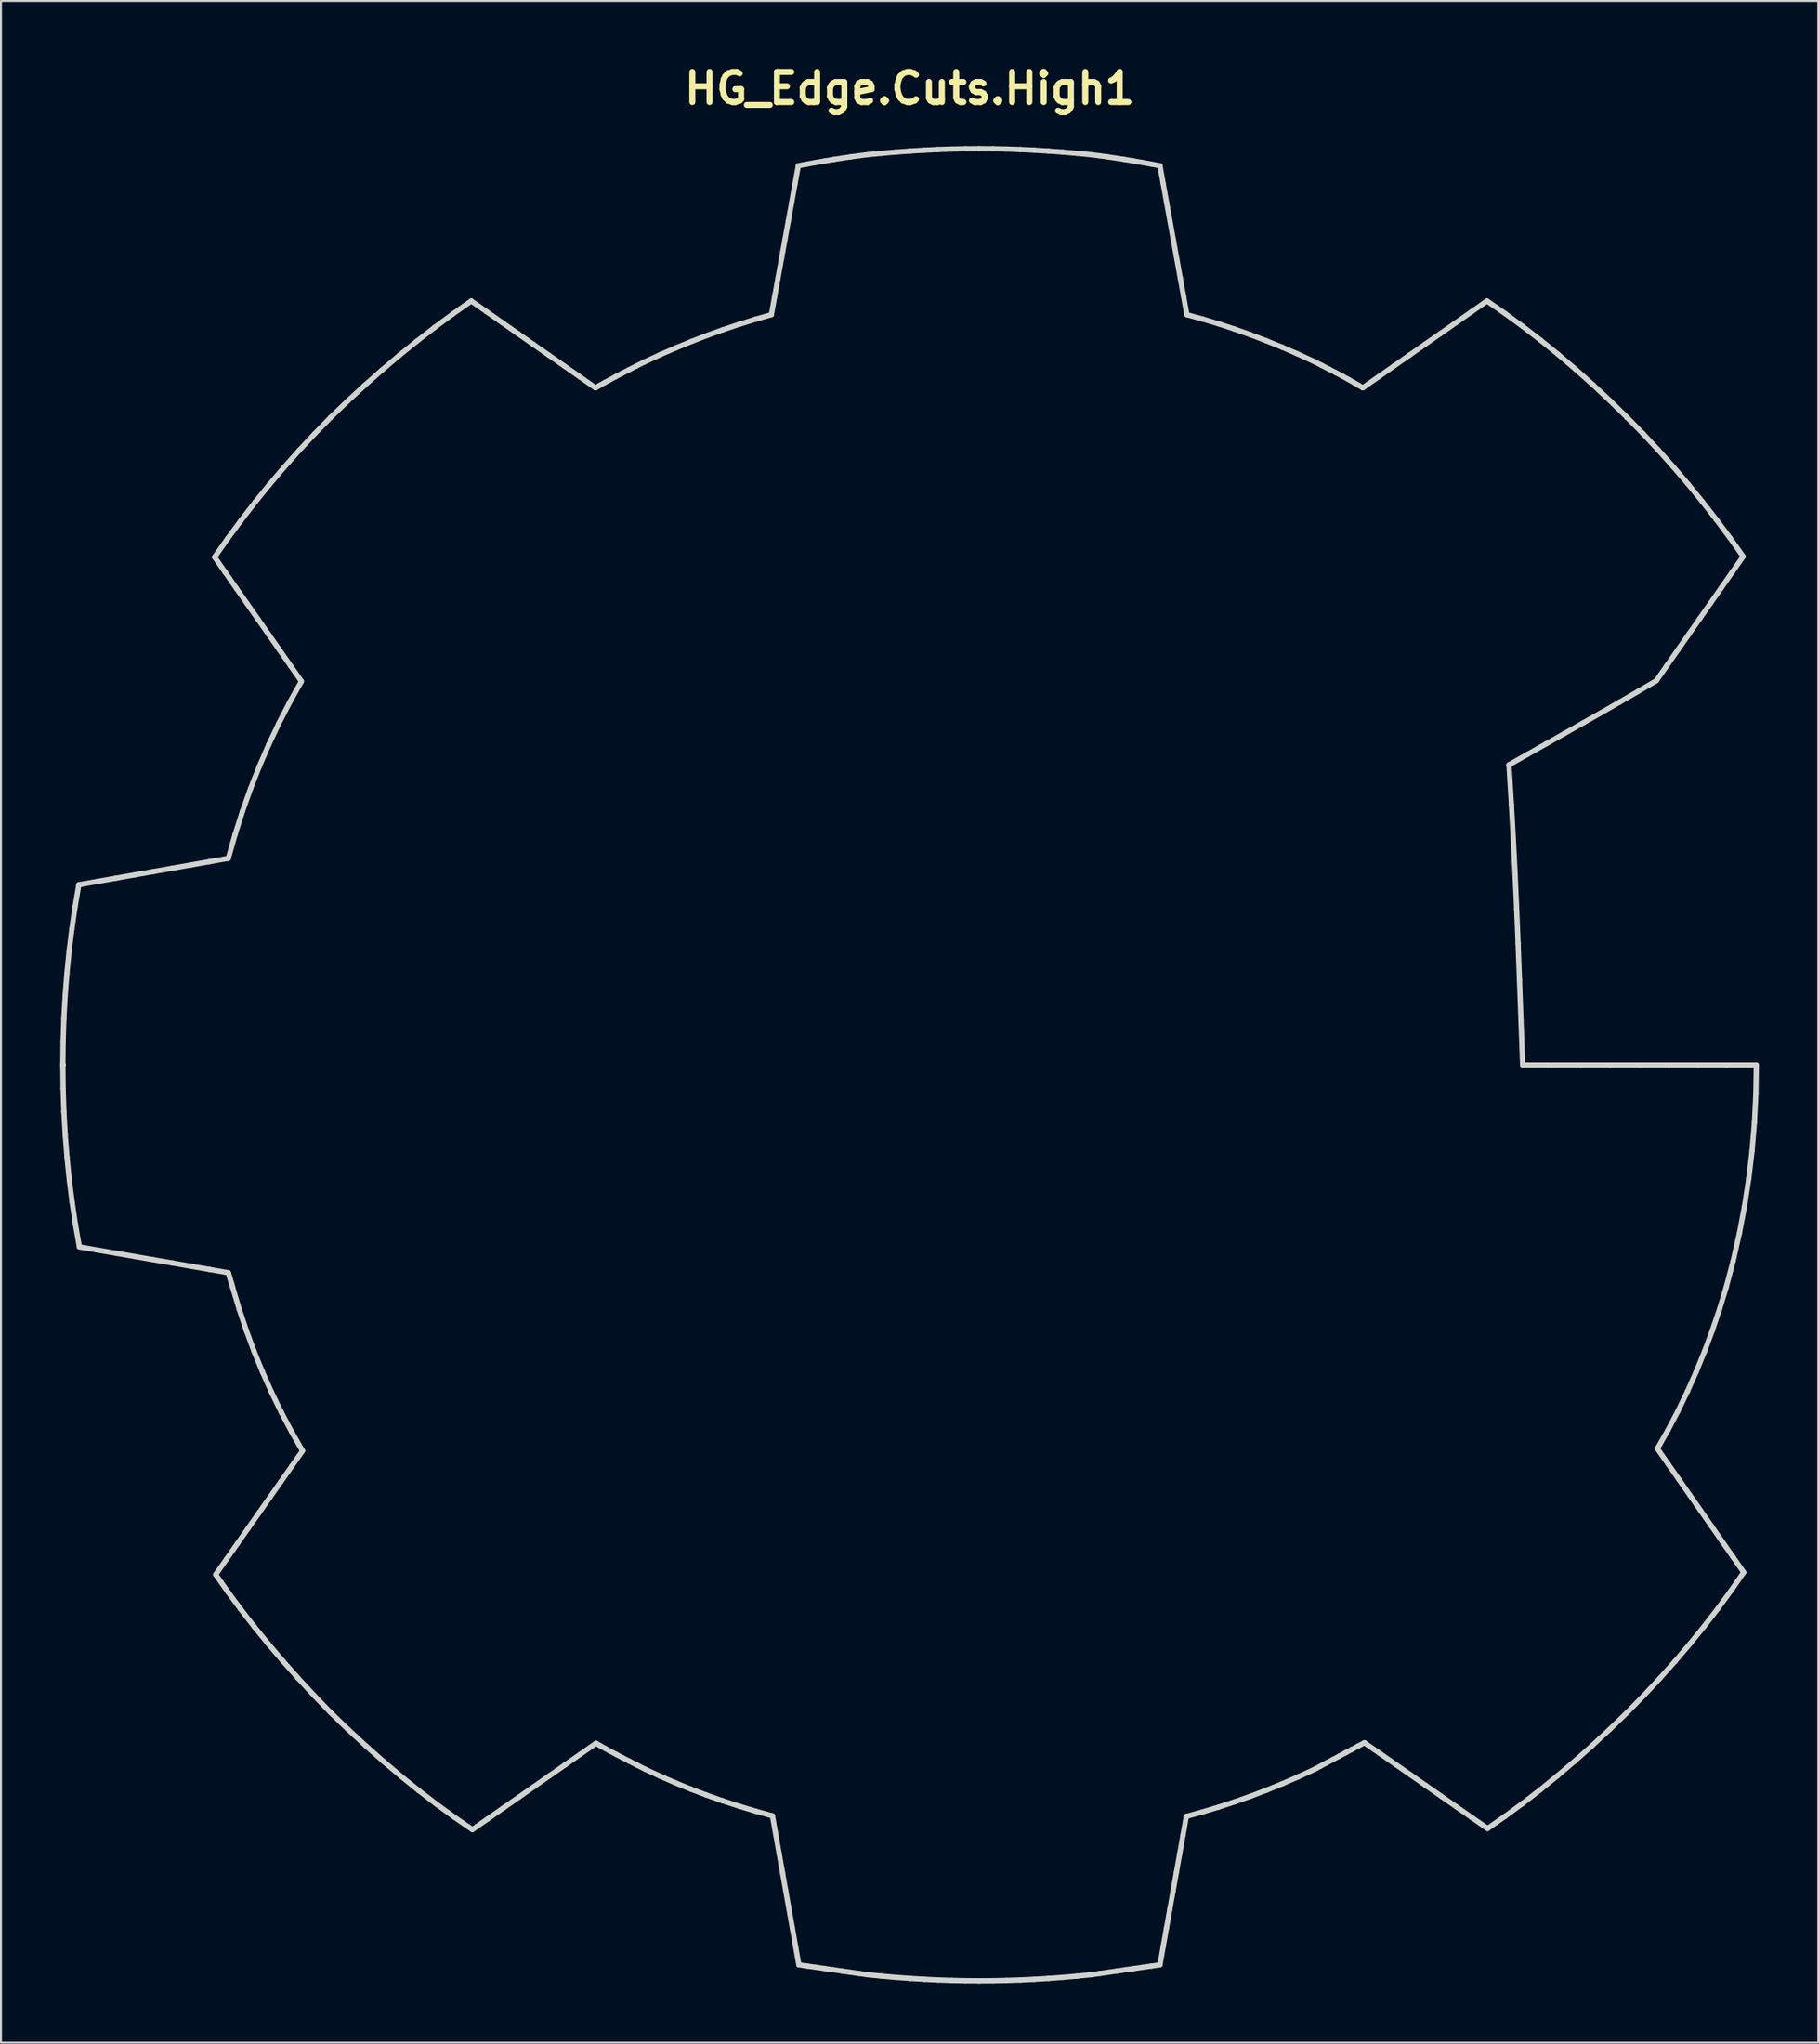
<source format=kicad_pcb>
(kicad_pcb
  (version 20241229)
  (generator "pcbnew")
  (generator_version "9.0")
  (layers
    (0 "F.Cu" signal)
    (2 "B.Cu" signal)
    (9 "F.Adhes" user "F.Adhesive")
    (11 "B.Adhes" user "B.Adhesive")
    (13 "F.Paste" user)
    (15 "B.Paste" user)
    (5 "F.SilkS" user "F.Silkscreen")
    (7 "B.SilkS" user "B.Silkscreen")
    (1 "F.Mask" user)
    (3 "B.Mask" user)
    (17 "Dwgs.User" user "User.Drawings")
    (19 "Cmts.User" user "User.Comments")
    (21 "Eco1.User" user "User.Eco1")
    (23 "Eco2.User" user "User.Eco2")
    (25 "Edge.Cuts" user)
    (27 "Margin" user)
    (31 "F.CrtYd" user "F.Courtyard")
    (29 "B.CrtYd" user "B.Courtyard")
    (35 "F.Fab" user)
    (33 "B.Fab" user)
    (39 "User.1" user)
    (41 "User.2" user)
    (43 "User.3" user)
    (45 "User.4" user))
  (footprint "HG_Edge.Cuts.High1"
    (layer "F.Cu")
    (at 42.98 50.825)
    (property "Reference" "HG_Edge.Cuts.High1" (at 0 -49.399 0) (layer "F.SilkS") (effects (font (size 1.524 1.524) (thickness 0.305))))
    (attr smd)
    (fp_line (start -42.848 -0.012) (end -42.835 -1.17) (stroke (width 0.265) (type solid)) (layer "Edge.Cuts"))
    (fp_line (start -42.848 -0.009) (end -42.848 -0.012) (stroke (width 0.265) (type solid)) (layer "Edge.Cuts"))
    (fp_line (start -42.848 -0.006) (end -42.848 -0.009) (stroke (width 0.265) (type solid)) (layer "Edge.Cuts"))
    (fp_line (start -42.848 -0.003) (end -42.848 -0.006) (stroke (width 0.265) (type solid)) (layer "Edge.Cuts"))
    (fp_line (start -42.848 -0.000095) (end -42.848 -0.003) (stroke (width 0.265) (type solid)) (layer "Edge.Cuts"))
    (fp_line (start -42.848 0.003) (end -42.848 -0.000095) (stroke (width 0.265) (type solid)) (layer "Edge.Cuts"))
    (fp_line (start -42.848 0.006) (end -42.848 0.003) (stroke (width 0.265) (type solid)) (layer "Edge.Cuts"))
    (fp_line (start -42.848 0.009) (end -42.848 0.006) (stroke (width 0.265) (type solid)) (layer "Edge.Cuts"))
    (fp_line (start -42.848 0.012) (end -42.848 0.009) (stroke (width 0.265) (type solid)) (layer "Edge.Cuts"))
    (fp_line (start -42.835 -1.17) (end -42.797 -2.323) (stroke (width 0.265) (type solid)) (layer "Edge.Cuts"))
    (fp_line (start -42.835 1.196) (end -42.848 0.012) (stroke (width 0.265) (type solid)) (layer "Edge.Cuts"))
    (fp_line (start -42.797 -2.323) (end -42.734 -3.469) (stroke (width 0.265) (type solid)) (layer "Edge.Cuts"))
    (fp_line (start -42.796 2.371) (end -42.835 1.196) (stroke (width 0.265) (type solid)) (layer "Edge.Cuts"))
    (fp_line (start -42.734 -3.469) (end -42.646 -4.609) (stroke (width 0.265) (type solid)) (layer "Edge.Cuts"))
    (fp_line (start -42.73 3.536) (end -42.796 2.371) (stroke (width 0.265) (type solid)) (layer "Edge.Cuts"))
    (fp_line (start -42.646 -4.609) (end -42.533 -5.742) (stroke (width 0.265) (type solid)) (layer "Edge.Cuts"))
    (fp_line (start -42.639 4.692) (end -42.73 3.536) (stroke (width 0.265) (type solid)) (layer "Edge.Cuts"))
    (fp_line (start -42.533 -5.742) (end -42.394 -6.87) (stroke (width 0.265) (type solid)) (layer "Edge.Cuts"))
    (fp_line (start -42.522 5.838) (end -42.639 4.692) (stroke (width 0.265) (type solid)) (layer "Edge.Cuts"))
    (fp_line (start -42.394 -6.87) (end -42.23 -7.992) (stroke (width 0.265) (type solid)) (layer "Edge.Cuts"))
    (fp_line (start -42.378 6.974) (end -42.522 5.838) (stroke (width 0.265) (type solid)) (layer "Edge.Cuts"))
    (fp_line (start -42.23 -7.992) (end -42.041 -9.107) (stroke (width 0.265) (type solid)) (layer "Edge.Cuts"))
    (fp_line (start -42.209 8.101) (end -42.378 6.974) (stroke (width 0.265) (type solid)) (layer "Edge.Cuts"))
    (fp_line (start -42.041 -9.107) (end -41.096 -9.274) (stroke (width 0.265) (type solid)) (layer "Edge.Cuts"))
    (fp_line (start -42.013 9.218) (end -42.209 8.101) (stroke (width 0.265) (type solid)) (layer "Edge.Cuts"))
    (fp_line (start -41.096 -9.274) (end -40.15 -9.441) (stroke (width 0.265) (type solid)) (layer "Edge.Cuts"))
    (fp_line (start -41.071 9.382) (end -42.013 9.218) (stroke (width 0.265) (type solid)) (layer "Edge.Cuts"))
    (fp_line (start -40.15 -9.441) (end -39.204 -9.608) (stroke (width 0.265) (type solid)) (layer "Edge.Cuts"))
    (fp_line (start -40.129 9.545) (end -41.071 9.382) (stroke (width 0.265) (type solid)) (layer "Edge.Cuts"))
    (fp_line (start -39.204 -9.608) (end -38.258 -9.775) (stroke (width 0.265) (type solid)) (layer "Edge.Cuts"))
    (fp_line (start -39.187 9.709) (end -40.129 9.545) (stroke (width 0.265) (type solid)) (layer "Edge.Cuts"))
    (fp_line (start -38.258 -9.775) (end -37.313 -9.942) (stroke (width 0.265) (type solid)) (layer "Edge.Cuts"))
    (fp_line (start -38.245 9.872) (end -39.187 9.709) (stroke (width 0.265) (type solid)) (layer "Edge.Cuts"))
    (fp_line (start -37.313 -9.942) (end -36.367 -10.109) (stroke (width 0.265) (type solid)) (layer "Edge.Cuts"))
    (fp_line (start -37.302 10.035) (end -38.245 9.872) (stroke (width 0.265) (type solid)) (layer "Edge.Cuts"))
    (fp_line (start -36.367 -10.109) (end -35.421 -10.276) (stroke (width 0.265) (type solid)) (layer "Edge.Cuts"))
    (fp_line (start -36.36 10.199) (end -37.302 10.035) (stroke (width 0.265) (type solid)) (layer "Edge.Cuts"))
    (fp_line (start -35.421 -10.276) (end -34.476 -10.442) (stroke (width 0.265) (type solid)) (layer "Edge.Cuts"))
    (fp_line (start -35.418 10.362) (end -36.36 10.199) (stroke (width 0.265) (type solid)) (layer "Edge.Cuts"))
    (fp_line (start -35.171 -25.685) (end -34.508 -26.629) (stroke (width 0.265) (type solid)) (layer "Edge.Cuts"))
    (fp_line (start -35.115 25.796) (end -34.566 25.014) (stroke (width 0.265) (type solid)) (layer "Edge.Cuts"))
    (fp_line (start -34.622 -24.899) (end -35.171 -25.685) (stroke (width 0.265) (type solid)) (layer "Edge.Cuts"))
    (fp_line (start -34.566 25.014) (end -34.017 24.232) (stroke (width 0.265) (type solid)) (layer "Edge.Cuts"))
    (fp_line (start -34.508 -26.629) (end -33.824 -27.555) (stroke (width 0.265) (type solid)) (layer "Edge.Cuts"))
    (fp_line (start -34.495 26.678) (end -35.115 25.796) (stroke (width 0.265) (type solid)) (layer "Edge.Cuts"))
    (fp_line (start -34.476 -10.442) (end -34.138 -11.635) (stroke (width 0.265) (type solid)) (layer "Edge.Cuts"))
    (fp_line (start -34.476 10.526) (end -35.418 10.362) (stroke (width 0.265) (type solid)) (layer "Edge.Cuts"))
    (fp_line (start -34.448 10.62) (end -34.476 10.526) (stroke (width 0.265) (type solid)) (layer "Edge.Cuts"))
    (fp_line (start -34.42 10.713) (end -34.448 10.62) (stroke (width 0.265) (type solid)) (layer "Edge.Cuts"))
    (fp_line (start -34.392 10.807) (end -34.42 10.713) (stroke (width 0.265) (type solid)) (layer "Edge.Cuts"))
    (fp_line (start -34.365 10.901) (end -34.392 10.807) (stroke (width 0.265) (type solid)) (layer "Edge.Cuts"))
    (fp_line (start -34.337 10.995) (end -34.365 10.901) (stroke (width 0.265) (type solid)) (layer "Edge.Cuts"))
    (fp_line (start -34.309 11.089) (end -34.337 10.995) (stroke (width 0.265) (type solid)) (layer "Edge.Cuts"))
    (fp_line (start -34.281 11.183) (end -34.309 11.089) (stroke (width 0.265) (type solid)) (layer "Edge.Cuts"))
    (fp_line (start -34.253 11.277) (end -34.281 11.183) (stroke (width 0.265) (type solid)) (layer "Edge.Cuts"))
    (fp_line (start -34.138 -11.635) (end -33.765 -12.807) (stroke (width 0.265) (type solid)) (layer "Edge.Cuts"))
    (fp_line (start -34.072 -24.113) (end -34.622 -24.899) (stroke (width 0.265) (type solid)) (layer "Edge.Cuts"))
    (fp_line (start -34.017 24.232) (end -33.468 23.45) (stroke (width 0.265) (type solid)) (layer "Edge.Cuts"))
    (fp_line (start -33.924 12.373) (end -34.253 11.277) (stroke (width 0.265) (type solid)) (layer "Edge.Cuts"))
    (fp_line (start -33.845 27.558) (end -34.495 26.678) (stroke (width 0.265) (type solid)) (layer "Edge.Cuts"))
    (fp_line (start -33.824 -27.555) (end -33.12 -28.464) (stroke (width 0.265) (type solid)) (layer "Edge.Cuts"))
    (fp_line (start -33.765 -12.807) (end -33.356 -13.957) (stroke (width 0.265) (type solid)) (layer "Edge.Cuts"))
    (fp_line (start -33.563 13.452) (end -33.924 12.373) (stroke (width 0.265) (type solid)) (layer "Edge.Cuts"))
    (fp_line (start -33.523 -23.327) (end -34.072 -24.113) (stroke (width 0.265) (type solid)) (layer "Edge.Cuts"))
    (fp_line (start -33.468 23.45) (end -32.918 22.667) (stroke (width 0.265) (type solid)) (layer "Edge.Cuts"))
    (fp_line (start -33.356 -13.957) (end -32.911 -15.087) (stroke (width 0.265) (type solid)) (layer "Edge.Cuts"))
    (fp_line (start -33.17 14.512) (end -33.563 13.452) (stroke (width 0.265) (type solid)) (layer "Edge.Cuts"))
    (fp_line (start -33.164 28.434) (end -33.845 27.558) (stroke (width 0.265) (type solid)) (layer "Edge.Cuts"))
    (fp_line (start -33.12 -28.464) (end -32.397 -29.356) (stroke (width 0.265) (type solid)) (layer "Edge.Cuts"))
    (fp_line (start -32.974 -22.542) (end -33.523 -23.327) (stroke (width 0.265) (type solid)) (layer "Edge.Cuts"))
    (fp_line (start -32.918 22.667) (end -32.369 21.885) (stroke (width 0.265) (type solid)) (layer "Edge.Cuts"))
    (fp_line (start -32.911 -15.087) (end -32.431 -16.196) (stroke (width 0.265) (type solid)) (layer "Edge.Cuts"))
    (fp_line (start -32.744 15.553) (end -33.17 14.512) (stroke (width 0.265) (type solid)) (layer "Edge.Cuts"))
    (fp_line (start -32.452 29.308) (end -33.164 28.434) (stroke (width 0.265) (type solid)) (layer "Edge.Cuts"))
    (fp_line (start -32.431 -16.196) (end -31.915 -17.285) (stroke (width 0.265) (type solid)) (layer "Edge.Cuts"))
    (fp_line (start -32.424 -21.756) (end -32.974 -22.542) (stroke (width 0.265) (type solid)) (layer "Edge.Cuts"))
    (fp_line (start -32.397 -29.356) (end -31.653 -30.231) (stroke (width 0.265) (type solid)) (layer "Edge.Cuts"))
    (fp_line (start -32.369 21.885) (end -31.82 21.103) (stroke (width 0.265) (type solid)) (layer "Edge.Cuts"))
    (fp_line (start -32.287 16.577) (end -32.744 15.553) (stroke (width 0.265) (type solid)) (layer "Edge.Cuts"))
    (fp_line (start -31.915 -17.285) (end -31.364 -18.352) (stroke (width 0.265) (type solid)) (layer "Edge.Cuts"))
    (fp_line (start -31.875 -20.97) (end -32.424 -21.756) (stroke (width 0.265) (type solid)) (layer "Edge.Cuts"))
    (fp_line (start -31.82 21.103) (end -31.27 20.321) (stroke (width 0.265) (type solid)) (layer "Edge.Cuts"))
    (fp_line (start -31.797 17.582) (end -32.287 16.577) (stroke (width 0.265) (type solid)) (layer "Edge.Cuts"))
    (fp_line (start -31.71 30.179) (end -32.452 29.308) (stroke (width 0.265) (type solid)) (layer "Edge.Cuts"))
    (fp_line (start -31.653 -30.231) (end -30.889 -31.088) (stroke (width 0.265) (type solid)) (layer "Edge.Cuts"))
    (fp_line (start -31.364 -18.352) (end -30.776 -19.399) (stroke (width 0.265) (type solid)) (layer "Edge.Cuts"))
    (fp_line (start -31.326 -20.184) (end -31.875 -20.97) (stroke (width 0.265) (type solid)) (layer "Edge.Cuts"))
    (fp_line (start -31.275 18.569) (end -31.797 17.582) (stroke (width 0.265) (type solid)) (layer "Edge.Cuts"))
    (fp_line (start -31.27 20.321) (end -30.721 19.538) (stroke (width 0.265) (type solid)) (layer "Edge.Cuts"))
    (fp_line (start -30.938 31.048) (end -31.71 30.179) (stroke (width 0.265) (type solid)) (layer "Edge.Cuts"))
    (fp_line (start -30.889 -31.088) (end -30.106 -31.927) (stroke (width 0.265) (type solid)) (layer "Edge.Cuts"))
    (fp_line (start -30.776 -19.399) (end -31.326 -20.184) (stroke (width 0.265) (type solid)) (layer "Edge.Cuts"))
    (fp_line (start -30.721 19.538) (end -31.275 18.569) (stroke (width 0.265) (type solid)) (layer "Edge.Cuts"))
    (fp_line (start -30.135 31.914) (end -30.938 31.048) (stroke (width 0.265) (type solid)) (layer "Edge.Cuts"))
    (fp_line (start -30.106 -31.927) (end -29.302 -32.75) (stroke (width 0.265) (type solid)) (layer "Edge.Cuts"))
    (fp_line (start -29.302 32.778) (end -30.135 31.914) (stroke (width 0.265) (type solid)) (layer "Edge.Cuts"))
    (fp_line (start -29.302 -32.75) (end -28.455 -33.566) (stroke (width 0.265) (type solid)) (layer "Edge.Cuts"))
    (fp_line (start -28.455 -33.566) (end -27.595 -34.359) (stroke (width 0.265) (type solid)) (layer "Edge.Cuts"))
    (fp_line (start -28.411 33.637) (end -29.302 32.778) (stroke (width 0.265) (type solid)) (layer "Edge.Cuts"))
    (fp_line (start -27.595 -34.359) (end -26.723 -35.13) (stroke (width 0.265) (type solid)) (layer "Edge.Cuts"))
    (fp_line (start -27.519 34.462) (end -28.411 33.637) (stroke (width 0.265) (type solid)) (layer "Edge.Cuts"))
    (fp_line (start -26.723 -35.13) (end -25.84 -35.879) (stroke (width 0.265) (type solid)) (layer "Edge.Cuts"))
    (fp_line (start -26.624 35.254) (end -27.519 34.462) (stroke (width 0.265) (type solid)) (layer "Edge.Cuts"))
    (fp_line (start -25.84 -35.879) (end -24.943 -36.604) (stroke (width 0.265) (type solid)) (layer "Edge.Cuts"))
    (fp_line (start -25.728 36.011) (end -26.624 35.254) (stroke (width 0.265) (type solid)) (layer "Edge.Cuts"))
    (fp_line (start -24.943 -36.604) (end -24.035 -37.308) (stroke (width 0.265) (type solid)) (layer "Edge.Cuts"))
    (fp_line (start -24.83 36.735) (end -25.728 36.011) (stroke (width 0.265) (type solid)) (layer "Edge.Cuts"))
    (fp_line (start -24.035 -37.308) (end -23.115 -37.988) (stroke (width 0.265) (type solid)) (layer "Edge.Cuts"))
    (fp_line (start -23.931 37.424) (end -24.83 36.735) (stroke (width 0.265) (type solid)) (layer "Edge.Cuts"))
    (fp_line (start -23.115 -37.988) (end -22.182 -38.646) (stroke (width 0.265) (type solid)) (layer "Edge.Cuts"))
    (fp_line (start -23.029 38.08) (end -23.931 37.424) (stroke (width 0.265) (type solid)) (layer "Edge.Cuts"))
    (fp_line (start -22.182 -38.646) (end -21.396 -38.097) (stroke (width 0.265) (type solid)) (layer "Edge.Cuts"))
    (fp_line (start -22.126 38.702) (end -23.029 38.08) (stroke (width 0.265) (type solid)) (layer "Edge.Cuts"))
    (fp_line (start -21.396 -38.097) (end -20.61 -37.547) (stroke (width 0.265) (type solid)) (layer "Edge.Cuts"))
    (fp_line (start -21.344 38.156) (end -22.126 38.702) (stroke (width 0.265) (type solid)) (layer "Edge.Cuts"))
    (fp_line (start -20.61 -37.547) (end -19.825 -36.998) (stroke (width 0.265) (type solid)) (layer "Edge.Cuts"))
    (fp_line (start -20.562 37.61) (end -21.344 38.156) (stroke (width 0.265) (type solid)) (layer "Edge.Cuts"))
    (fp_line (start -19.825 -36.998) (end -19.039 -36.449) (stroke (width 0.265) (type solid)) (layer "Edge.Cuts"))
    (fp_line (start -19.779 37.064) (end -20.562 37.61) (stroke (width 0.265) (type solid)) (layer "Edge.Cuts"))
    (fp_line (start -19.039 -36.449) (end -18.253 -35.899) (stroke (width 0.265) (type solid)) (layer "Edge.Cuts"))
    (fp_line (start -18.997 36.518) (end -19.779 37.064) (stroke (width 0.265) (type solid)) (layer "Edge.Cuts"))
    (fp_line (start -18.253 -35.899) (end -17.467 -35.35) (stroke (width 0.265) (type solid)) (layer "Edge.Cuts"))
    (fp_line (start -18.215 35.972) (end -18.997 36.518) (stroke (width 0.265) (type solid)) (layer "Edge.Cuts"))
    (fp_line (start -17.467 -35.35) (end -16.682 -34.801) (stroke (width 0.265) (type solid)) (layer "Edge.Cuts"))
    (fp_line (start -17.433 35.426) (end -18.215 35.972) (stroke (width 0.265) (type solid)) (layer "Edge.Cuts"))
    (fp_line (start -16.682 -34.801) (end -15.896 -34.251) (stroke (width 0.265) (type solid)) (layer "Edge.Cuts"))
    (fp_line (start -16.65 34.88) (end -17.433 35.426) (stroke (width 0.265) (type solid)) (layer "Edge.Cuts"))
    (fp_line (start -15.896 -34.251) (end -15.681 -34.375) (stroke (width 0.265) (type solid)) (layer "Edge.Cuts"))
    (fp_line (start -15.868 34.334) (end -16.65 34.88) (stroke (width 0.265) (type solid)) (layer "Edge.Cuts"))
    (fp_line (start -15.681 -34.375) (end -15.439 -34.511) (stroke (width 0.265) (type solid)) (layer "Edge.Cuts"))
    (fp_line (start -15.653 34.458) (end -15.868 34.334) (stroke (width 0.265) (type solid)) (layer "Edge.Cuts"))
    (fp_line (start -15.439 -34.511) (end -15.17 -34.657) (stroke (width 0.265) (type solid)) (layer "Edge.Cuts"))
    (fp_line (start -15.411 34.593) (end -15.653 34.458) (stroke (width 0.265) (type solid)) (layer "Edge.Cuts"))
    (fp_line (start -15.17 -34.657) (end -14.874 -34.815) (stroke (width 0.265) (type solid)) (layer "Edge.Cuts"))
    (fp_line (start -15.142 34.74) (end -15.411 34.593) (stroke (width 0.265) (type solid)) (layer "Edge.Cuts"))
    (fp_line (start -14.874 -34.815) (end -14.551 -34.984) (stroke (width 0.265) (type solid)) (layer "Edge.Cuts"))
    (fp_line (start -14.846 34.898) (end -15.142 34.74) (stroke (width 0.265) (type solid)) (layer "Edge.Cuts"))
    (fp_line (start -14.551 -34.984) (end -14.201 -35.164) (stroke (width 0.265) (type solid)) (layer "Edge.Cuts"))
    (fp_line (start -14.523 35.067) (end -14.846 34.898) (stroke (width 0.265) (type solid)) (layer "Edge.Cuts"))
    (fp_line (start -14.201 -35.164) (end -13.824 -35.356) (stroke (width 0.265) (type solid)) (layer "Edge.Cuts"))
    (fp_line (start -14.173 35.247) (end -14.523 35.067) (stroke (width 0.265) (type solid)) (layer "Edge.Cuts"))
    (fp_line (start -13.824 -35.356) (end -13.42 -35.559) (stroke (width 0.265) (type solid)) (layer "Edge.Cuts"))
    (fp_line (start -13.796 35.439) (end -14.173 35.247) (stroke (width 0.265) (type solid)) (layer "Edge.Cuts"))
    (fp_line (start -13.42 -35.559) (end -12.626 -35.925) (stroke (width 0.265) (type solid)) (layer "Edge.Cuts"))
    (fp_line (start -13.393 35.642) (end -13.796 35.439) (stroke (width 0.265) (type solid)) (layer "Edge.Cuts"))
    (fp_line (start -12.635 35.995) (end -13.393 35.642) (stroke (width 0.265) (type solid)) (layer "Edge.Cuts"))
    (fp_line (start -12.626 -35.925) (end -11.83 -36.271) (stroke (width 0.265) (type solid)) (layer "Edge.Cuts"))
    (fp_line (start -11.863 36.332) (end -12.635 35.995) (stroke (width 0.265) (type solid)) (layer "Edge.Cuts"))
    (fp_line (start -11.83 -36.271) (end -11.031 -36.599) (stroke (width 0.265) (type solid)) (layer "Edge.Cuts"))
    (fp_line (start -11.077 36.652) (end -11.863 36.332) (stroke (width 0.265) (type solid)) (layer "Edge.Cuts"))
    (fp_line (start -11.031 -36.599) (end -10.229 -36.908) (stroke (width 0.265) (type solid)) (layer "Edge.Cuts"))
    (fp_line (start -10.277 36.956) (end -11.077 36.652) (stroke (width 0.265) (type solid)) (layer "Edge.Cuts"))
    (fp_line (start -10.229 -36.908) (end -9.424 -37.197) (stroke (width 0.265) (type solid)) (layer "Edge.Cuts"))
    (fp_line (start -9.464 37.243) (end -10.277 36.956) (stroke (width 0.265) (type solid)) (layer "Edge.Cuts"))
    (fp_line (start -9.424 -37.197) (end -8.617 -37.467) (stroke (width 0.265) (type solid)) (layer "Edge.Cuts"))
    (fp_line (start -8.636 37.514) (end -9.464 37.243) (stroke (width 0.265) (type solid)) (layer "Edge.Cuts"))
    (fp_line (start -8.617 -37.467) (end -7.808 -37.719) (stroke (width 0.265) (type solid)) (layer "Edge.Cuts"))
    (fp_line (start -7.808 -37.719) (end -6.995 -37.951) (stroke (width 0.265) (type solid)) (layer "Edge.Cuts"))
    (fp_line (start -7.795 37.768) (end -8.636 37.514) (stroke (width 0.265) (type solid)) (layer "Edge.Cuts"))
    (fp_line (start -6.995 -37.951) (end -6.825 -38.893) (stroke (width 0.265) (type solid)) (layer "Edge.Cuts"))
    (fp_line (start -6.94 38.006) (end -7.795 37.768) (stroke (width 0.265) (type solid)) (layer "Edge.Cuts"))
    (fp_line (start -6.825 -38.893) (end -6.655 -39.835) (stroke (width 0.265) (type solid)) (layer "Edge.Cuts"))
    (fp_line (start -6.773 38.948) (end -6.94 38.006) (stroke (width 0.265) (type solid)) (layer "Edge.Cuts"))
    (fp_line (start -6.655 -39.835) (end -6.484 -40.777) (stroke (width 0.265) (type solid)) (layer "Edge.Cuts"))
    (fp_line (start -6.606 39.89) (end -6.773 38.948) (stroke (width 0.265) (type solid)) (layer "Edge.Cuts"))
    (fp_line (start -6.484 -40.777) (end -6.314 -41.72) (stroke (width 0.265) (type solid)) (layer "Edge.Cuts"))
    (fp_line (start -6.439 40.833) (end -6.606 39.89) (stroke (width 0.265) (type solid)) (layer "Edge.Cuts"))
    (fp_line (start -6.314 -41.72) (end -6.143 -42.662) (stroke (width 0.265) (type solid)) (layer "Edge.Cuts"))
    (fp_line (start -6.272 41.775) (end -6.439 40.833) (stroke (width 0.265) (type solid)) (layer "Edge.Cuts"))
    (fp_line (start -6.143 -42.662) (end -5.973 -43.604) (stroke (width 0.265) (type solid)) (layer "Edge.Cuts"))
    (fp_line (start -6.105 42.717) (end -6.272 41.775) (stroke (width 0.265) (type solid)) (layer "Edge.Cuts"))
    (fp_line (start -5.973 -43.604) (end -5.803 -44.546) (stroke (width 0.265) (type solid)) (layer "Edge.Cuts"))
    (fp_line (start -5.938 43.659) (end -6.105 42.717) (stroke (width 0.265) (type solid)) (layer "Edge.Cuts"))
    (fp_line (start -5.803 -44.546) (end -5.632 -45.488) (stroke (width 0.265) (type solid)) (layer "Edge.Cuts"))
    (fp_line (start -5.771 44.602) (end -5.938 43.659) (stroke (width 0.265) (type solid)) (layer "Edge.Cuts"))
    (fp_line (start -5.632 -45.488) (end -5.17 -45.576) (stroke (width 0.265) (type solid)) (layer "Edge.Cuts"))
    (fp_line (start -5.605 45.544) (end -5.771 44.602) (stroke (width 0.265) (type solid)) (layer "Edge.Cuts"))
    (fp_line (start -5.17 -45.576) (end -4.716 -45.659) (stroke (width 0.265) (type solid)) (layer "Edge.Cuts"))
    (fp_line (start -5.17 45.607) (end -5.605 45.544) (stroke (width 0.265) (type solid)) (layer "Edge.Cuts"))
    (fp_line (start -4.735 45.669) (end -5.17 45.607) (stroke (width 0.265) (type solid)) (layer "Edge.Cuts"))
    (fp_line (start -4.716 -45.659) (end -4.27 -45.736) (stroke (width 0.265) (type solid)) (layer "Edge.Cuts"))
    (fp_line (start -4.301 45.732) (end -4.735 45.669) (stroke (width 0.265) (type solid)) (layer "Edge.Cuts"))
    (fp_line (start -4.27 -45.736) (end -3.831 -45.808) (stroke (width 0.265) (type solid)) (layer "Edge.Cuts"))
    (fp_line (start -3.866 45.794) (end -4.301 45.732) (stroke (width 0.265) (type solid)) (layer "Edge.Cuts"))
    (fp_line (start -3.831 -45.808) (end -3.401 -45.875) (stroke (width 0.265) (type solid)) (layer "Edge.Cuts"))
    (fp_line (start -3.432 45.857) (end -3.866 45.794) (stroke (width 0.265) (type solid)) (layer "Edge.Cuts"))
    (fp_line (start -3.401 -45.875) (end -2.978 -45.937) (stroke (width 0.265) (type solid)) (layer "Edge.Cuts"))
    (fp_line (start -2.997 45.92) (end -3.432 45.857) (stroke (width 0.265) (type solid)) (layer "Edge.Cuts"))
    (fp_line (start -2.978 -45.937) (end -2.563 -45.994) (stroke (width 0.265) (type solid)) (layer "Edge.Cuts"))
    (fp_line (start -2.563 -45.994) (end -2.156 -46.045) (stroke (width 0.265) (type solid)) (layer "Edge.Cuts"))
    (fp_line (start -2.562 45.982) (end -2.997 45.92) (stroke (width 0.265) (type solid)) (layer "Edge.Cuts"))
    (fp_line (start -2.156 -46.045) (end -1.428 -46.117) (stroke (width 0.265) (type solid)) (layer "Edge.Cuts"))
    (fp_line (start -2.128 46.045) (end -2.562 45.982) (stroke (width 0.265) (type solid)) (layer "Edge.Cuts"))
    (fp_line (start -1.428 -46.117) (end -0.706 -46.179) (stroke (width 0.265) (type solid)) (layer "Edge.Cuts"))
    (fp_line (start -1.401 46.117) (end -2.128 46.045) (stroke (width 0.265) (type solid)) (layer "Edge.Cuts"))
    (fp_line (start -0.706 -46.179) (end 0.011 -46.231) (stroke (width 0.265) (type solid)) (layer "Edge.Cuts"))
    (fp_line (start -0.68 46.179) (end -1.401 46.117) (stroke (width 0.265) (type solid)) (layer "Edge.Cuts"))
    (fp_line (start 0.011 -46.231) (end 0.723 -46.274) (stroke (width 0.265) (type solid)) (layer "Edge.Cuts"))
    (fp_line (start 0.035 46.231) (end -0.68 46.179) (stroke (width 0.265) (type solid)) (layer "Edge.Cuts"))
    (fp_line (start 0.723 -46.274) (end 1.43 -46.308) (stroke (width 0.265) (type solid)) (layer "Edge.Cuts"))
    (fp_line (start 0.744 46.274) (end 0.035 46.231) (stroke (width 0.265) (type solid)) (layer "Edge.Cuts"))
    (fp_line (start 1.43 -46.308) (end 2.131 -46.332) (stroke (width 0.265) (type solid)) (layer "Edge.Cuts"))
    (fp_line (start 1.447 46.308) (end 0.744 46.274) (stroke (width 0.265) (type solid)) (layer "Edge.Cuts"))
    (fp_line (start 2.131 -46.332) (end 2.827 -46.346) (stroke (width 0.265) (type solid)) (layer "Edge.Cuts"))
    (fp_line (start 2.143 46.332) (end 1.447 46.308) (stroke (width 0.265) (type solid)) (layer "Edge.Cuts"))
    (fp_line (start 2.827 -46.346) (end 3.519 -46.351) (stroke (width 0.265) (type solid)) (layer "Edge.Cuts"))
    (fp_line (start 2.834 46.346) (end 2.143 46.332) (stroke (width 0.265) (type solid)) (layer "Edge.Cuts"))
    (fp_line (start 3.518 46.351) (end 2.834 46.346) (stroke (width 0.265) (type solid)) (layer "Edge.Cuts"))
    (fp_line (start 3.519 -46.351) (end 4.21 -46.346) (stroke (width 0.265) (type solid)) (layer "Edge.Cuts"))
    (fp_line (start 4.21 46.346) (end 3.518 46.351) (stroke (width 0.265) (type solid)) (layer "Edge.Cuts"))
    (fp_line (start 4.21 -46.346) (end 4.906 -46.332) (stroke (width 0.265) (type solid)) (layer "Edge.Cuts"))
    (fp_line (start 4.906 46.332) (end 4.21 46.346) (stroke (width 0.265) (type solid)) (layer "Edge.Cuts"))
    (fp_line (start 4.906 -46.332) (end 5.607 -46.308) (stroke (width 0.265) (type solid)) (layer "Edge.Cuts"))
    (fp_line (start 5.607 46.308) (end 4.906 46.332) (stroke (width 0.265) (type solid)) (layer "Edge.Cuts"))
    (fp_line (start 5.607 -46.308) (end 6.314 -46.274) (stroke (width 0.265) (type solid)) (layer "Edge.Cuts"))
    (fp_line (start 6.314 46.274) (end 5.607 46.308) (stroke (width 0.265) (type solid)) (layer "Edge.Cuts"))
    (fp_line (start 6.314 -46.274) (end 7.026 -46.231) (stroke (width 0.265) (type solid)) (layer "Edge.Cuts"))
    (fp_line (start 7.026 46.231) (end 6.314 46.274) (stroke (width 0.265) (type solid)) (layer "Edge.Cuts"))
    (fp_line (start 7.026 -46.231) (end 7.743 -46.179) (stroke (width 0.265) (type solid)) (layer "Edge.Cuts"))
    (fp_line (start 7.743 46.179) (end 7.026 46.231) (stroke (width 0.265) (type solid)) (layer "Edge.Cuts"))
    (fp_line (start 7.743 -46.179) (end 8.465 -46.117) (stroke (width 0.265) (type solid)) (layer "Edge.Cuts"))
    (fp_line (start 8.465 46.117) (end 7.743 46.179) (stroke (width 0.265) (type solid)) (layer "Edge.Cuts"))
    (fp_line (start 8.465 -46.117) (end 9.193 -46.045) (stroke (width 0.265) (type solid)) (layer "Edge.Cuts"))
    (fp_line (start 9.193 46.045) (end 8.465 46.117) (stroke (width 0.265) (type solid)) (layer "Edge.Cuts"))
    (fp_line (start 9.193 -46.045) (end 9.6 -45.994) (stroke (width 0.265) (type solid)) (layer "Edge.Cuts"))
    (fp_line (start 9.6 -45.994) (end 10.015 -45.937) (stroke (width 0.265) (type solid)) (layer "Edge.Cuts"))
    (fp_line (start 9.627 45.982) (end 9.193 46.045) (stroke (width 0.265) (type solid)) (layer "Edge.Cuts"))
    (fp_line (start 10.015 -45.937) (end 10.438 -45.875) (stroke (width 0.265) (type solid)) (layer "Edge.Cuts"))
    (fp_line (start 10.062 45.92) (end 9.627 45.982) (stroke (width 0.265) (type solid)) (layer "Edge.Cuts"))
    (fp_line (start 10.438 -45.875) (end 10.869 -45.808) (stroke (width 0.265) (type solid)) (layer "Edge.Cuts"))
    (fp_line (start 10.496 45.857) (end 10.062 45.92) (stroke (width 0.265) (type solid)) (layer "Edge.Cuts"))
    (fp_line (start 10.869 -45.808) (end 11.307 -45.736) (stroke (width 0.265) (type solid)) (layer "Edge.Cuts"))
    (fp_line (start 10.931 45.794) (end 10.496 45.857) (stroke (width 0.265) (type solid)) (layer "Edge.Cuts"))
    (fp_line (start 11.307 -45.736) (end 11.753 -45.659) (stroke (width 0.265) (type solid)) (layer "Edge.Cuts"))
    (fp_line (start 11.366 45.732) (end 10.931 45.794) (stroke (width 0.265) (type solid)) (layer "Edge.Cuts"))
    (fp_line (start 11.753 -45.659) (end 12.207 -45.576) (stroke (width 0.265) (type solid)) (layer "Edge.Cuts"))
    (fp_line (start 11.8 45.669) (end 11.366 45.732) (stroke (width 0.265) (type solid)) (layer "Edge.Cuts"))
    (fp_line (start 12.207 -45.576) (end 12.669 -45.488) (stroke (width 0.265) (type solid)) (layer "Edge.Cuts"))
    (fp_line (start 12.235 45.607) (end 11.8 45.669) (stroke (width 0.265) (type solid)) (layer "Edge.Cuts"))
    (fp_line (start 12.669 45.544) (end 12.235 45.607) (stroke (width 0.265) (type solid)) (layer "Edge.Cuts"))
    (fp_line (start 12.669 -45.488) (end 12.84 -44.546) (stroke (width 0.265) (type solid)) (layer "Edge.Cuts"))
    (fp_line (start 12.836 44.605) (end 12.669 45.544) (stroke (width 0.265) (type solid)) (layer "Edge.Cuts"))
    (fp_line (start 12.84 -44.546) (end 13.01 -43.604) (stroke (width 0.265) (type solid)) (layer "Edge.Cuts"))
    (fp_line (start 13.003 43.666) (end 12.836 44.605) (stroke (width 0.265) (type solid)) (layer "Edge.Cuts"))
    (fp_line (start 13.01 -43.604) (end 13.18 -42.662) (stroke (width 0.265) (type solid)) (layer "Edge.Cuts"))
    (fp_line (start 13.17 42.728) (end 13.003 43.666) (stroke (width 0.265) (type solid)) (layer "Edge.Cuts"))
    (fp_line (start 13.18 -42.662) (end 13.351 -41.72) (stroke (width 0.265) (type solid)) (layer "Edge.Cuts"))
    (fp_line (start 13.337 41.789) (end 13.17 42.728) (stroke (width 0.265) (type solid)) (layer "Edge.Cuts"))
    (fp_line (start 13.351 -41.72) (end 13.521 -40.777) (stroke (width 0.265) (type solid)) (layer "Edge.Cuts"))
    (fp_line (start 13.504 40.85) (end 13.337 41.789) (stroke (width 0.265) (type solid)) (layer "Edge.Cuts"))
    (fp_line (start 13.521 -40.777) (end 13.692 -39.835) (stroke (width 0.265) (type solid)) (layer "Edge.Cuts"))
    (fp_line (start 13.671 39.912) (end 13.504 40.85) (stroke (width 0.265) (type solid)) (layer "Edge.Cuts"))
    (fp_line (start 13.692 -39.835) (end 13.862 -38.893) (stroke (width 0.265) (type solid)) (layer "Edge.Cuts"))
    (fp_line (start 13.838 38.973) (end 13.671 39.912) (stroke (width 0.265) (type solid)) (layer "Edge.Cuts"))
    (fp_line (start 13.862 -38.893) (end 14.032 -37.951) (stroke (width 0.265) (type solid)) (layer "Edge.Cuts"))
    (fp_line (start 14.004 38.034) (end 13.838 38.973) (stroke (width 0.265) (type solid)) (layer "Edge.Cuts"))
    (fp_line (start 14.032 -37.951) (end 14.832 -37.731) (stroke (width 0.265) (type solid)) (layer "Edge.Cuts"))
    (fp_line (start 14.823 37.808) (end 14.004 38.034) (stroke (width 0.265) (type solid)) (layer "Edge.Cuts"))
    (fp_line (start 14.832 -37.731) (end 15.633 -37.49) (stroke (width 0.265) (type solid)) (layer "Edge.Cuts"))
    (fp_line (start 15.633 -37.49) (end 16.435 -37.227) (stroke (width 0.265) (type solid)) (layer "Edge.Cuts"))
    (fp_line (start 15.638 37.563) (end 14.823 37.808) (stroke (width 0.265) (type solid)) (layer "Edge.Cuts"))
    (fp_line (start 16.435 -37.227) (end 17.238 -36.942) (stroke (width 0.265) (type solid)) (layer "Edge.Cuts"))
    (fp_line (start 16.45 37.297) (end 15.638 37.563) (stroke (width 0.265) (type solid)) (layer "Edge.Cuts"))
    (fp_line (start 17.238 -36.942) (end 18.041 -36.636) (stroke (width 0.265) (type solid)) (layer "Edge.Cuts"))
    (fp_line (start 17.259 37.012) (end 16.45 37.297) (stroke (width 0.265) (type solid)) (layer "Edge.Cuts"))
    (fp_line (start 18.041 -36.636) (end 18.846 -36.308) (stroke (width 0.265) (type solid)) (layer "Edge.Cuts"))
    (fp_line (start 18.064 36.706) (end 17.259 37.012) (stroke (width 0.265) (type solid)) (layer "Edge.Cuts"))
    (fp_line (start 18.846 -36.308) (end 19.651 -35.958) (stroke (width 0.265) (type solid)) (layer "Edge.Cuts"))
    (fp_line (start 18.865 36.381) (end 18.064 36.706) (stroke (width 0.265) (type solid)) (layer "Edge.Cuts"))
    (fp_line (start 19.651 -35.958) (end 20.457 -35.587) (stroke (width 0.265) (type solid)) (layer "Edge.Cuts"))
    (fp_line (start 19.663 36.035) (end 18.865 36.381) (stroke (width 0.265) (type solid)) (layer "Edge.Cuts"))
    (fp_line (start 20.457 35.67) (end 19.663 36.035) (stroke (width 0.265) (type solid)) (layer "Edge.Cuts"))
    (fp_line (start 20.457 -35.587) (end 20.861 -35.383) (stroke (width 0.265) (type solid)) (layer "Edge.Cuts"))
    (fp_line (start 20.777 35.5) (end 20.457 35.67) (stroke (width 0.265) (type solid)) (layer "Edge.Cuts"))
    (fp_line (start 20.861 -35.383) (end 21.238 -35.19) (stroke (width 0.265) (type solid)) (layer "Edge.Cuts"))
    (fp_line (start 21.097 35.329) (end 20.777 35.5) (stroke (width 0.265) (type solid)) (layer "Edge.Cuts"))
    (fp_line (start 21.238 -35.19) (end 21.588 -35.008) (stroke (width 0.265) (type solid)) (layer "Edge.Cuts"))
    (fp_line (start 21.417 35.159) (end 21.097 35.329) (stroke (width 0.265) (type solid)) (layer "Edge.Cuts"))
    (fp_line (start 21.588 -35.008) (end 21.911 -34.836) (stroke (width 0.265) (type solid)) (layer "Edge.Cuts"))
    (fp_line (start 21.737 34.988) (end 21.417 35.159) (stroke (width 0.265) (type solid)) (layer "Edge.Cuts"))
    (fp_line (start 21.911 -34.836) (end 22.207 -34.674) (stroke (width 0.265) (type solid)) (layer "Edge.Cuts"))
    (fp_line (start 22.057 34.818) (end 21.737 34.988) (stroke (width 0.265) (type solid)) (layer "Edge.Cuts"))
    (fp_line (start 22.207 -34.674) (end 22.476 -34.523) (stroke (width 0.265) (type solid)) (layer "Edge.Cuts"))
    (fp_line (start 22.377 34.648) (end 22.057 34.818) (stroke (width 0.265) (type solid)) (layer "Edge.Cuts"))
    (fp_line (start 22.476 -34.523) (end 22.718 -34.382) (stroke (width 0.265) (type solid)) (layer "Edge.Cuts"))
    (fp_line (start 22.696 34.477) (end 22.377 34.648) (stroke (width 0.265) (type solid)) (layer "Edge.Cuts"))
    (fp_line (start 22.718 -34.382) (end 22.933 -34.251) (stroke (width 0.265) (type solid)) (layer "Edge.Cuts"))
    (fp_line (start 22.933 -34.251) (end 23.719 -34.801) (stroke (width 0.265) (type solid)) (layer "Edge.Cuts"))
    (fp_line (start 23.016 34.307) (end 22.696 34.477) (stroke (width 0.265) (type solid)) (layer "Edge.Cuts"))
    (fp_line (start 23.719 -34.801) (end 24.504 -35.35) (stroke (width 0.265) (type solid)) (layer "Edge.Cuts"))
    (fp_line (start 23.795 34.849) (end 23.016 34.307) (stroke (width 0.265) (type solid)) (layer "Edge.Cuts"))
    (fp_line (start 24.504 -35.35) (end 25.29 -35.899) (stroke (width 0.265) (type solid)) (layer "Edge.Cuts"))
    (fp_line (start 24.574 35.392) (end 23.795 34.849) (stroke (width 0.265) (type solid)) (layer "Edge.Cuts"))
    (fp_line (start 25.29 -35.899) (end 26.076 -36.449) (stroke (width 0.265) (type solid)) (layer "Edge.Cuts"))
    (fp_line (start 25.353 35.934) (end 24.574 35.392) (stroke (width 0.265) (type solid)) (layer "Edge.Cuts"))
    (fp_line (start 26.076 -36.449) (end 26.862 -36.998) (stroke (width 0.265) (type solid)) (layer "Edge.Cuts"))
    (fp_line (start 26.131 36.477) (end 25.353 35.934) (stroke (width 0.265) (type solid)) (layer "Edge.Cuts"))
    (fp_line (start 26.862 -36.998) (end 27.647 -37.547) (stroke (width 0.265) (type solid)) (layer "Edge.Cuts"))
    (fp_line (start 26.91 37.019) (end 26.131 36.477) (stroke (width 0.265) (type solid)) (layer "Edge.Cuts"))
    (fp_line (start 27.647 -37.547) (end 28.433 -38.097) (stroke (width 0.265) (type solid)) (layer "Edge.Cuts"))
    (fp_line (start 27.689 37.561) (end 26.91 37.019) (stroke (width 0.265) (type solid)) (layer "Edge.Cuts"))
    (fp_line (start 28.433 -38.097) (end 29.219 -38.646) (stroke (width 0.265) (type solid)) (layer "Edge.Cuts"))
    (fp_line (start 28.468 38.104) (end 27.689 37.561) (stroke (width 0.265) (type solid)) (layer "Edge.Cuts"))
    (fp_line (start 29.219 -38.646) (end 30.133 -38.012) (stroke (width 0.265) (type solid)) (layer "Edge.Cuts"))
    (fp_line (start 29.247 38.646) (end 28.468 38.104) (stroke (width 0.265) (type solid)) (layer "Edge.Cuts"))
    (fp_line (start 30.13 38.031) (end 29.247 38.646) (stroke (width 0.265) (type solid)) (layer "Edge.Cuts"))
    (fp_line (start 30.133 -38.012) (end 31.039 -37.349) (stroke (width 0.265) (type solid)) (layer "Edge.Cuts"))
    (fp_line (start 30.331 -15.174) (end 30.454 -13.167) (stroke (width 0.265) (type solid)) (layer "Edge.Cuts"))
    (fp_line (start 30.454 -13.167) (end 30.556 -11.329) (stroke (width 0.265) (type solid)) (layer "Edge.Cuts"))
    (fp_line (start 30.556 -11.329) (end 30.643 -9.592) (stroke (width 0.265) (type solid)) (layer "Edge.Cuts"))
    (fp_line (start 30.643 -9.592) (end 30.72 -7.885) (stroke (width 0.265) (type solid)) (layer "Edge.Cuts"))
    (fp_line (start 30.72 -7.885) (end 30.792 -6.141) (stroke (width 0.265) (type solid)) (layer "Edge.Cuts"))
    (fp_line (start 30.792 -6.141) (end 30.863 -4.289) (stroke (width 0.265) (type solid)) (layer "Edge.Cuts"))
    (fp_line (start 30.863 -4.289) (end 30.938 -2.261) (stroke (width 0.265) (type solid)) (layer "Edge.Cuts"))
    (fp_line (start 30.938 -2.261) (end 31.023 0.012) (stroke (width 0.265) (type solid)) (layer "Edge.Cuts"))
    (fp_line (start 31.013 37.382) (end 30.13 38.031) (stroke (width 0.265) (type solid)) (layer "Edge.Cuts"))
    (fp_line (start 31.023 0.012) (end 32.501 0.012) (stroke (width 0.265) (type solid)) (layer "Edge.Cuts"))
    (fp_line (start 31.039 -37.349) (end 31.937 -36.656) (stroke (width 0.265) (type solid)) (layer "Edge.Cuts"))
    (fp_line (start 31.264 -15.702) (end 30.331 -15.174) (stroke (width 0.265) (type solid)) (layer "Edge.Cuts"))
    (fp_line (start 31.896 36.7) (end 31.013 37.382) (stroke (width 0.265) (type solid)) (layer "Edge.Cuts"))
    (fp_line (start 31.937 -36.656) (end 32.828 -35.934) (stroke (width 0.265) (type solid)) (layer "Edge.Cuts"))
    (fp_line (start 32.201 -16.231) (end 31.264 -15.702) (stroke (width 0.265) (type solid)) (layer "Edge.Cuts"))
    (fp_line (start 32.501 0.012) (end 33.979 0.012) (stroke (width 0.265) (type solid)) (layer "Edge.Cuts"))
    (fp_line (start 32.779 35.983) (end 31.896 36.7) (stroke (width 0.265) (type solid)) (layer "Edge.Cuts"))
    (fp_line (start 32.828 -35.934) (end 33.71 -35.182) (stroke (width 0.265) (type solid)) (layer "Edge.Cuts"))
    (fp_line (start 33.139 -16.76) (end 32.201 -16.231) (stroke (width 0.265) (type solid)) (layer "Edge.Cuts"))
    (fp_line (start 33.662 35.232) (end 32.779 35.983) (stroke (width 0.265) (type solid)) (layer "Edge.Cuts"))
    (fp_line (start 33.71 -35.182) (end 34.585 -34.401) (stroke (width 0.265) (type solid)) (layer "Edge.Cuts"))
    (fp_line (start 33.979 0.012) (end 35.457 0.012) (stroke (width 0.265) (type solid)) (layer "Edge.Cuts"))
    (fp_line (start 34.077 -17.291) (end 33.139 -16.76) (stroke (width 0.265) (type solid)) (layer "Edge.Cuts"))
    (fp_line (start 34.545 34.448) (end 33.662 35.232) (stroke (width 0.265) (type solid)) (layer "Edge.Cuts"))
    (fp_line (start 34.585 -34.401) (end 35.452 -33.59) (stroke (width 0.265) (type solid)) (layer "Edge.Cuts"))
    (fp_line (start 35.012 -17.822) (end 34.077 -17.291) (stroke (width 0.265) (type solid)) (layer "Edge.Cuts"))
    (fp_line (start 35.428 33.629) (end 34.545 34.448) (stroke (width 0.265) (type solid)) (layer "Edge.Cuts"))
    (fp_line (start 35.452 -33.59) (end 36.311 -32.75) (stroke (width 0.265) (type solid)) (layer "Edge.Cuts"))
    (fp_line (start 35.457 0.012) (end 36.935 0.012) (stroke (width 0.265) (type solid)) (layer "Edge.Cuts"))
    (fp_line (start 35.943 -18.356) (end 35.012 -17.822) (stroke (width 0.265) (type solid)) (layer "Edge.Cuts"))
    (fp_line (start 36.311 -32.753) (end 37.109 -31.937) (stroke (width 0.265) (type solid)) (layer "Edge.Cuts"))
    (fp_line (start 36.311 32.777) (end 35.428 33.629) (stroke (width 0.265) (type solid)) (layer "Edge.Cuts"))
    (fp_line (start 36.311 -32.75) (end 36.311 -32.75) (stroke (width 0.265) (type solid)) (layer "Edge.Cuts"))
    (fp_line (start 36.311 -32.75) (end 36.311 -32.75) (stroke (width 0.265) (type solid)) (layer "Edge.Cuts"))
    (fp_line (start 36.311 -32.75) (end 36.311 -32.75) (stroke (width 0.265) (type solid)) (layer "Edge.Cuts"))
    (fp_line (start 36.311 -32.75) (end 36.311 -32.75) (stroke (width 0.265) (type solid)) (layer "Edge.Cuts"))
    (fp_line (start 36.311 -32.75) (end 36.311 -32.75) (stroke (width 0.265) (type solid)) (layer "Edge.Cuts"))
    (fp_line (start 36.311 -32.75) (end 36.311 -32.75) (stroke (width 0.265) (type solid)) (layer "Edge.Cuts"))
    (fp_line (start 36.311 -32.75) (end 36.311 -32.749) (stroke (width 0.265) (type solid)) (layer "Edge.Cuts"))
    (fp_line (start 36.311 -32.749) (end 36.311 -32.753) (stroke (width 0.265) (type solid)) (layer "Edge.Cuts"))
    (fp_line (start 36.868 -18.892) (end 35.943 -18.356) (stroke (width 0.265) (type solid)) (layer "Edge.Cuts"))
    (fp_line (start 36.935 0.012) (end 38.414 0.012) (stroke (width 0.265) (type solid)) (layer "Edge.Cuts"))
    (fp_line (start 37.109 -31.937) (end 37.888 -31.103) (stroke (width 0.265) (type solid)) (layer "Edge.Cuts"))
    (fp_line (start 37.152 31.918) (end 36.311 32.777) (stroke (width 0.265) (type solid)) (layer "Edge.Cuts"))
    (fp_line (start 37.786 -19.43) (end 36.868 -18.892) (stroke (width 0.265) (type solid)) (layer "Edge.Cuts"))
    (fp_line (start 37.841 19.426) (end 38.387 20.209) (stroke (width 0.265) (type solid)) (layer "Edge.Cuts"))
    (fp_line (start 37.888 -31.103) (end 38.649 -30.251) (stroke (width 0.265) (type solid)) (layer "Edge.Cuts"))
    (fp_line (start 37.963 31.051) (end 37.152 31.918) (stroke (width 0.265) (type solid)) (layer "Edge.Cuts"))
    (fp_line (start 38.335 -20.216) (end 37.786 -19.43) (stroke (width 0.265) (type solid)) (layer "Edge.Cuts"))
    (fp_line (start 38.376 18.484) (end 37.841 19.426) (stroke (width 0.265) (type solid)) (layer "Edge.Cuts"))
    (fp_line (start 38.387 20.209) (end 38.933 20.991) (stroke (width 0.265) (type solid)) (layer "Edge.Cuts"))
    (fp_line (start 38.414 0.012) (end 39.892 0.012) (stroke (width 0.265) (type solid)) (layer "Edge.Cuts"))
    (fp_line (start 38.649 -30.251) (end 39.392 -29.38) (stroke (width 0.265) (type solid)) (layer "Edge.Cuts"))
    (fp_line (start 38.744 30.176) (end 37.963 31.051) (stroke (width 0.265) (type solid)) (layer "Edge.Cuts"))
    (fp_line (start 38.883 17.52) (end 38.376 18.484) (stroke (width 0.265) (type solid)) (layer "Edge.Cuts"))
    (fp_line (start 38.884 -21.001) (end 38.335 -20.216) (stroke (width 0.265) (type solid)) (layer "Edge.Cuts"))
    (fp_line (start 38.933 20.991) (end 39.479 21.773) (stroke (width 0.265) (type solid)) (layer "Edge.Cuts"))
    (fp_line (start 39.36 16.533) (end 38.883 17.52) (stroke (width 0.265) (type solid)) (layer "Edge.Cuts"))
    (fp_line (start 39.392 -29.38) (end 40.116 -28.492) (stroke (width 0.265) (type solid)) (layer "Edge.Cuts"))
    (fp_line (start 39.434 -21.787) (end 38.884 -21.001) (stroke (width 0.265) (type solid)) (layer "Edge.Cuts"))
    (fp_line (start 39.479 21.773) (end 40.025 22.555) (stroke (width 0.265) (type solid)) (layer "Edge.Cuts"))
    (fp_line (start 39.496 29.293) (end 38.744 30.176) (stroke (width 0.265) (type solid)) (layer "Edge.Cuts"))
    (fp_line (start 39.809 15.526) (end 39.36 16.533) (stroke (width 0.265) (type solid)) (layer "Edge.Cuts"))
    (fp_line (start 39.892 0.012) (end 41.37 0.012) (stroke (width 0.265) (type solid)) (layer "Edge.Cuts"))
    (fp_line (start 39.983 -22.573) (end 39.434 -21.787) (stroke (width 0.265) (type solid)) (layer "Edge.Cuts"))
    (fp_line (start 40.025 22.555) (end 40.571 23.338) (stroke (width 0.265) (type solid)) (layer "Edge.Cuts"))
    (fp_line (start 40.116 -28.492) (end 40.823 -27.585) (stroke (width 0.265) (type solid)) (layer "Edge.Cuts"))
    (fp_line (start 40.218 28.403) (end 39.496 29.293) (stroke (width 0.265) (type solid)) (layer "Edge.Cuts"))
    (fp_line (start 40.229 14.496) (end 39.809 15.526) (stroke (width 0.265) (type solid)) (layer "Edge.Cuts"))
    (fp_line (start 40.532 -23.359) (end 39.983 -22.573) (stroke (width 0.265) (type solid)) (layer "Edge.Cuts"))
    (fp_line (start 40.571 23.338) (end 41.116 24.12) (stroke (width 0.265) (type solid)) (layer "Edge.Cuts"))
    (fp_line (start 40.621 13.445) (end 40.229 14.496) (stroke (width 0.265) (type solid)) (layer "Edge.Cuts"))
    (fp_line (start 40.823 -27.585) (end 41.511 -26.66) (stroke (width 0.265) (type solid)) (layer "Edge.Cuts"))
    (fp_line (start 40.911 27.504) (end 40.218 28.403) (stroke (width 0.265) (type solid)) (layer "Edge.Cuts"))
    (fp_line (start 40.984 12.372) (end 40.621 13.445) (stroke (width 0.265) (type solid)) (layer "Edge.Cuts"))
    (fp_line (start 41.082 -24.144) (end 40.532 -23.359) (stroke (width 0.265) (type solid)) (layer "Edge.Cuts"))
    (fp_line (start 41.116 24.12) (end 41.662 24.902) (stroke (width 0.265) (type solid)) (layer "Edge.Cuts"))
    (fp_line (start 41.318 11.277) (end 40.984 12.372) (stroke (width 0.265) (type solid)) (layer "Edge.Cuts"))
    (fp_line (start 41.37 0.012) (end 42.848 0.012) (stroke (width 0.265) (type solid)) (layer "Edge.Cuts"))
    (fp_line (start 41.511 -26.66) (end 42.18 -25.716) (stroke (width 0.265) (type solid)) (layer "Edge.Cuts"))
    (fp_line (start 41.574 26.598) (end 40.911 27.504) (stroke (width 0.265) (type solid)) (layer "Edge.Cuts"))
    (fp_line (start 41.631 -24.93) (end 41.082 -24.144) (stroke (width 0.265) (type solid)) (layer "Edge.Cuts"))
    (fp_line (start 41.662 24.902) (end 42.208 25.685) (stroke (width 0.265) (type solid)) (layer "Edge.Cuts"))
    (fp_line (start 41.677 9.92) (end 41.318 11.277) (stroke (width 0.265) (type solid)) (layer "Edge.Cuts"))
    (fp_line (start 41.987 8.549) (end 41.677 9.92) (stroke (width 0.265) (type solid)) (layer "Edge.Cuts"))
    (fp_line (start 42.18 -25.716) (end 41.631 -24.93) (stroke (width 0.265) (type solid)) (layer "Edge.Cuts"))
    (fp_line (start 42.208 25.685) (end 41.574 26.598) (stroke (width 0.265) (type solid)) (layer "Edge.Cuts"))
    (fp_line (start 42.25 7.163) (end 41.987 8.549) (stroke (width 0.265) (type solid)) (layer "Edge.Cuts"))
    (fp_line (start 42.465 5.763) (end 42.25 7.163) (stroke (width 0.265) (type solid)) (layer "Edge.Cuts"))
    (fp_line (start 42.633 4.347) (end 42.465 5.763) (stroke (width 0.265) (type solid)) (layer "Edge.Cuts"))
    (fp_line (start 42.752 2.917) (end 42.633 4.347) (stroke (width 0.265) (type solid)) (layer "Edge.Cuts"))
    (fp_line (start 42.824 1.472) (end 42.752 2.917) (stroke (width 0.265) (type solid)) (layer "Edge.Cuts"))
    (fp_line (start 42.848 0.012) (end 42.824 1.472) (stroke (width 0.265) (type solid)) (layer "Edge.Cuts")))
  (gr_rect
    (start -3 -3)
    (end 88.96 100.309)
    (stroke (width 0.1) (type default))
    (fill no)
    (layer "Edge.Cuts")))
</source>
